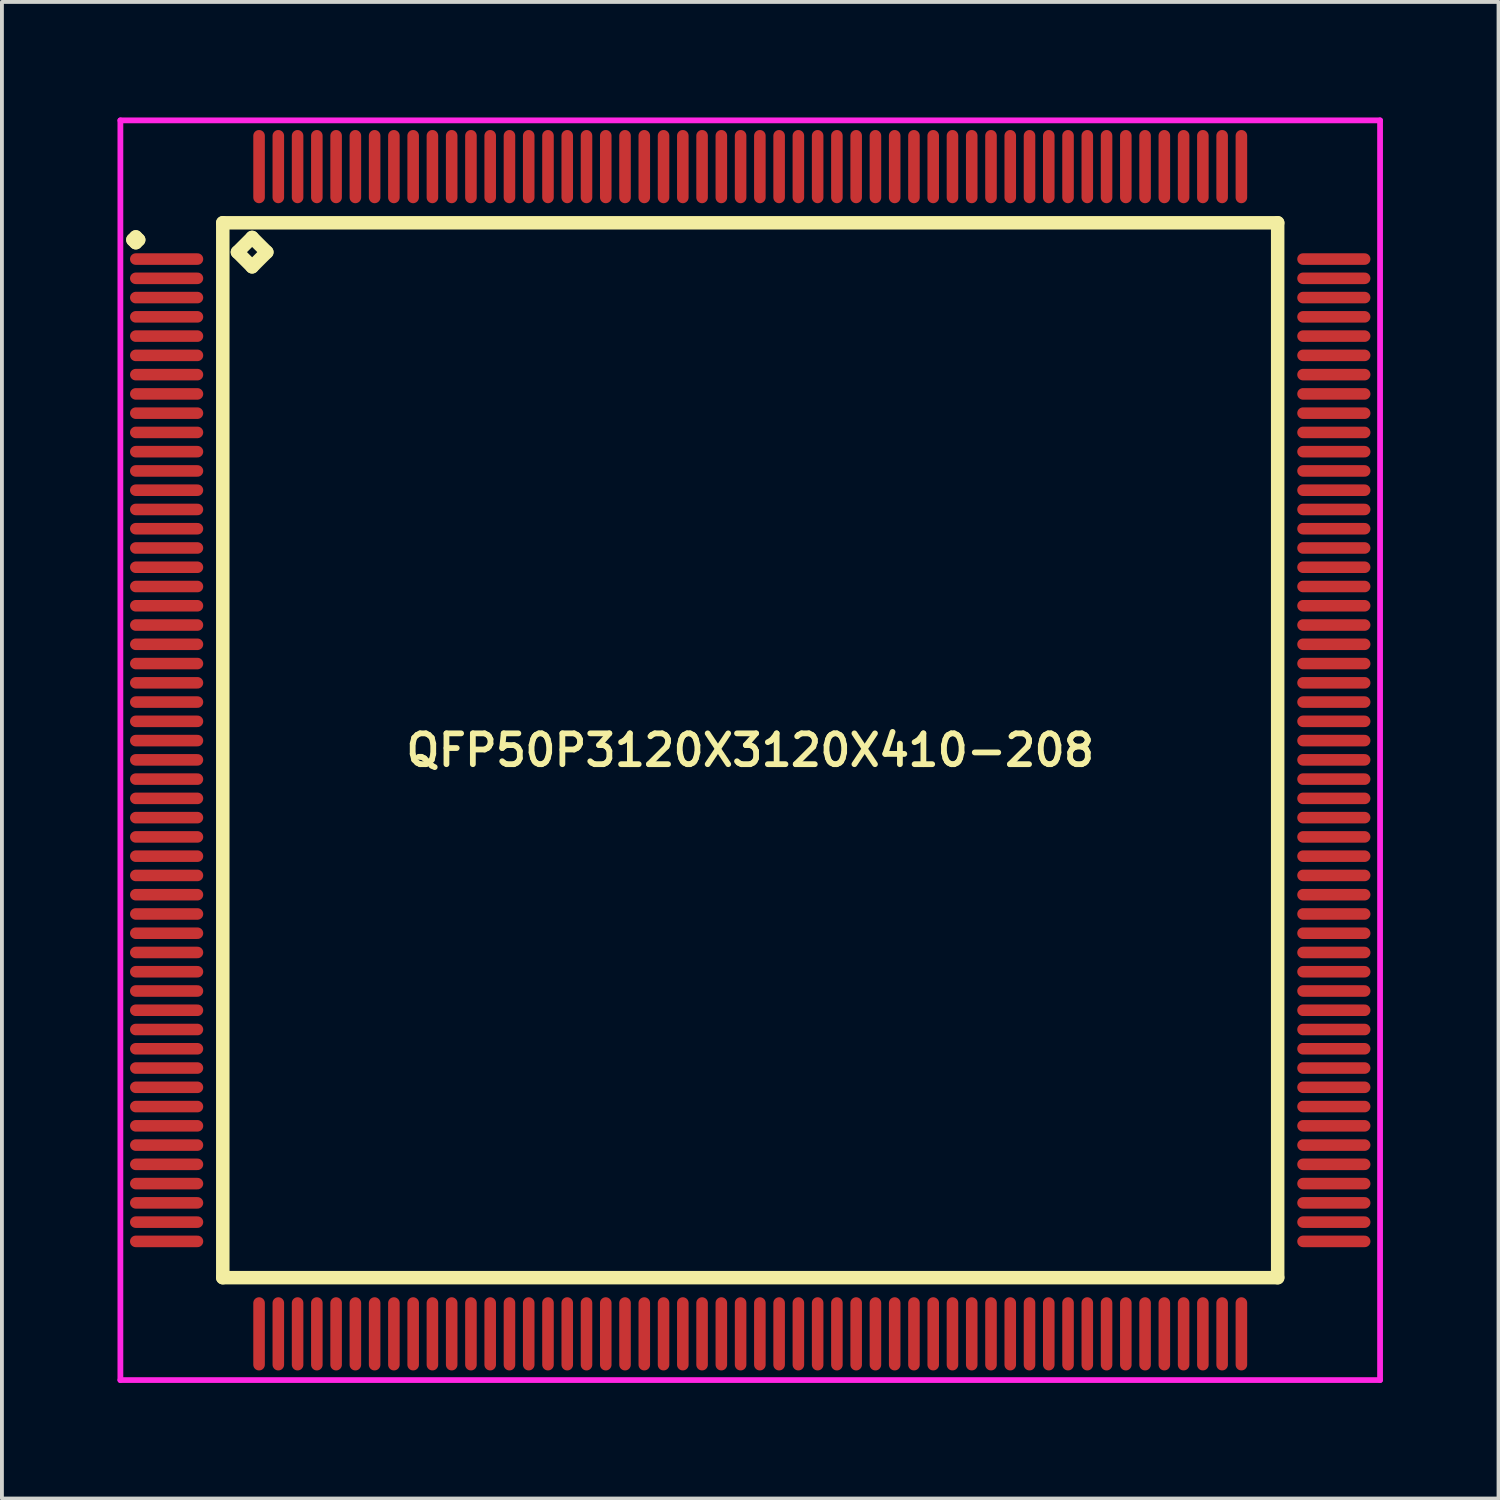
<source format=kicad_pcb>
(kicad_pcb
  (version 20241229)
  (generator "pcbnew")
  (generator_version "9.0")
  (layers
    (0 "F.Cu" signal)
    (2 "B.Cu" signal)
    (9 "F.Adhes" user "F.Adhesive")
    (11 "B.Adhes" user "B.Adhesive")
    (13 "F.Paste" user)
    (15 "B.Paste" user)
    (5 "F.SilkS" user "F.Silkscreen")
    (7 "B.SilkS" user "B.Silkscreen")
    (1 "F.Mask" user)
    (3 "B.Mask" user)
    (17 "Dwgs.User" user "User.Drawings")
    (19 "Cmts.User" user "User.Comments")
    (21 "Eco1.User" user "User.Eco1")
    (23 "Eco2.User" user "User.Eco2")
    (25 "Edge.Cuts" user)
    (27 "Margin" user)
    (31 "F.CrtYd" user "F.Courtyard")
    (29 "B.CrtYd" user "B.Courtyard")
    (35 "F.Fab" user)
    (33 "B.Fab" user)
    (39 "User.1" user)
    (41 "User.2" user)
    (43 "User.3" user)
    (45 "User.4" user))
  (footprint "QFP50P3120X3120X410-208"
    (layer "F.Cu")
    (at 16.425 16.425)
    (property "Reference" "QFP50P3120X3120X410-208" (at 0 0 0) (layer "F.SilkS") (effects (font (size 0.8 0.8) (thickness 0.15))))
    (attr through_hole)
    (fp_line (start -16.025 -13.25) (end -15.95 -13.325) (stroke (width 0.35) (type solid)) (layer "F.SilkS"))
    (fp_line (start -15.95 -13.325) (end -15.875 -13.25) (stroke (width 0.35) (type solid)) (layer "F.SilkS"))
    (fp_line (start -15.95 -13.175) (end -16.025 -13.25) (stroke (width 0.35) (type solid)) (layer "F.SilkS"))
    (fp_line (start -15.875 -13.25) (end -15.95 -13.175) (stroke (width 0.35) (type solid)) (layer "F.SilkS"))
    (fp_line (start -13.692 -13.692) (end -13.692 13.692) (stroke (width 0.35) (type solid)) (layer "F.SilkS"))
    (fp_line (start -13.692 13.692) (end 13.692 13.692) (stroke (width 0.35) (type solid)) (layer "F.SilkS"))
    (fp_line (start -13.311 -12.93) (end -12.93 -13.311) (stroke (width 0.35) (type solid)) (layer "F.SilkS"))
    (fp_line (start -12.93 -13.311) (end -12.549 -12.93) (stroke (width 0.35) (type solid)) (layer "F.SilkS"))
    (fp_line (start -12.93 -12.549) (end -13.311 -12.93) (stroke (width 0.35) (type solid)) (layer "F.SilkS"))
    (fp_line (start -12.549 -12.93) (end -12.93 -12.549) (stroke (width 0.35) (type solid)) (layer "F.SilkS"))
    (fp_line (start 13.692 -13.692) (end -13.692 -13.692) (stroke (width 0.35) (type solid)) (layer "F.SilkS"))
    (fp_line (start 13.692 13.692) (end 13.692 -13.692) (stroke (width 0.35) (type solid)) (layer "F.SilkS"))
    (fp_line (start -16.35 -16.35) (end 16.35 -16.35) (stroke (width 0.15) (type solid)) (layer "F.CrtYd"))
    (fp_line (start -16.35 16.35) (end -16.35 -16.35) (stroke (width 0.15) (type solid)) (layer "F.CrtYd"))
    (fp_line (start 16.35 -16.35) (end 16.35 16.35) (stroke (width 0.15) (type solid)) (layer "F.CrtYd"))
    (fp_line (start 16.35 16.35) (end -16.35 16.35) (stroke (width 0.15) (type solid)) (layer "F.CrtYd"))
    (pad "1" smd oval (at -15.15 -12.75) (size 1.9 0.3) (layers "F.Cu" "F.Mask" "F.Paste"))
    (pad "2" smd oval (at -15.15 -12.25) (size 1.9 0.3) (layers "F.Cu" "F.Mask" "F.Paste"))
    (pad "3" smd oval (at -15.15 -11.75) (size 1.9 0.3) (layers "F.Cu" "F.Mask" "F.Paste"))
    (pad "4" smd oval (at -15.15 -11.25) (size 1.9 0.3) (layers "F.Cu" "F.Mask" "F.Paste"))
    (pad "5" smd oval (at -15.15 -10.75) (size 1.9 0.3) (layers "F.Cu" "F.Mask" "F.Paste"))
    (pad "6" smd oval (at -15.15 -10.25) (size 1.9 0.3) (layers "F.Cu" "F.Mask" "F.Paste"))
    (pad "7" smd oval (at -15.15 -9.75) (size 1.9 0.3) (layers "F.Cu" "F.Mask" "F.Paste"))
    (pad "8" smd oval (at -15.15 -9.25) (size 1.9 0.3) (layers "F.Cu" "F.Mask" "F.Paste"))
    (pad "9" smd oval (at -15.15 -8.75) (size 1.9 0.3) (layers "F.Cu" "F.Mask" "F.Paste"))
    (pad "10" smd oval (at -15.15 -8.25) (size 1.9 0.3) (layers "F.Cu" "F.Mask" "F.Paste"))
    (pad "11" smd oval (at -15.15 -7.75) (size 1.9 0.3) (layers "F.Cu" "F.Mask" "F.Paste"))
    (pad "12" smd oval (at -15.15 -7.25) (size 1.9 0.3) (layers "F.Cu" "F.Mask" "F.Paste"))
    (pad "13" smd oval (at -15.15 -6.75) (size 1.9 0.3) (layers "F.Cu" "F.Mask" "F.Paste"))
    (pad "14" smd oval (at -15.15 -6.25) (size 1.9 0.3) (layers "F.Cu" "F.Mask" "F.Paste"))
    (pad "15" smd oval (at -15.15 -5.75) (size 1.9 0.3) (layers "F.Cu" "F.Mask" "F.Paste"))
    (pad "16" smd oval (at -15.15 -5.25) (size 1.9 0.3) (layers "F.Cu" "F.Mask" "F.Paste"))
    (pad "17" smd oval (at -15.15 -4.75) (size 1.9 0.3) (layers "F.Cu" "F.Mask" "F.Paste"))
    (pad "18" smd oval (at -15.15 -4.25) (size 1.9 0.3) (layers "F.Cu" "F.Mask" "F.Paste"))
    (pad "19" smd oval (at -15.15 -3.75) (size 1.9 0.3) (layers "F.Cu" "F.Mask" "F.Paste"))
    (pad "20" smd oval (at -15.15 -3.25) (size 1.9 0.3) (layers "F.Cu" "F.Mask" "F.Paste"))
    (pad "21" smd oval (at -15.15 -2.75) (size 1.9 0.3) (layers "F.Cu" "F.Mask" "F.Paste"))
    (pad "22" smd oval (at -15.15 -2.25) (size 1.9 0.3) (layers "F.Cu" "F.Mask" "F.Paste"))
    (pad "23" smd oval (at -15.15 -1.75) (size 1.9 0.3) (layers "F.Cu" "F.Mask" "F.Paste"))
    (pad "24" smd oval (at -15.15 -1.25) (size 1.9 0.3) (layers "F.Cu" "F.Mask" "F.Paste"))
    (pad "25" smd oval (at -15.15 -0.75) (size 1.9 0.3) (layers "F.Cu" "F.Mask" "F.Paste"))
    (pad "26" smd oval (at -15.15 -0.25) (size 1.9 0.3) (layers "F.Cu" "F.Mask" "F.Paste"))
    (pad "27" smd oval (at -15.15 0.25) (size 1.9 0.3) (layers "F.Cu" "F.Mask" "F.Paste"))
    (pad "28" smd oval (at -15.15 0.75) (size 1.9 0.3) (layers "F.Cu" "F.Mask" "F.Paste"))
    (pad "29" smd oval (at -15.15 1.25) (size 1.9 0.3) (layers "F.Cu" "F.Mask" "F.Paste"))
    (pad "30" smd oval (at -15.15 1.75) (size 1.9 0.3) (layers "F.Cu" "F.Mask" "F.Paste"))
    (pad "31" smd oval (at -15.15 2.25) (size 1.9 0.3) (layers "F.Cu" "F.Mask" "F.Paste"))
    (pad "32" smd oval (at -15.15 2.75) (size 1.9 0.3) (layers "F.Cu" "F.Mask" "F.Paste"))
    (pad "33" smd oval (at -15.15 3.25) (size 1.9 0.3) (layers "F.Cu" "F.Mask" "F.Paste"))
    (pad "34" smd oval (at -15.15 3.75) (size 1.9 0.3) (layers "F.Cu" "F.Mask" "F.Paste"))
    (pad "35" smd oval (at -15.15 4.25) (size 1.9 0.3) (layers "F.Cu" "F.Mask" "F.Paste"))
    (pad "36" smd oval (at -15.15 4.75) (size 1.9 0.3) (layers "F.Cu" "F.Mask" "F.Paste"))
    (pad "37" smd oval (at -15.15 5.25) (size 1.9 0.3) (layers "F.Cu" "F.Mask" "F.Paste"))
    (pad "38" smd oval (at -15.15 5.75) (size 1.9 0.3) (layers "F.Cu" "F.Mask" "F.Paste"))
    (pad "39" smd oval (at -15.15 6.25) (size 1.9 0.3) (layers "F.Cu" "F.Mask" "F.Paste"))
    (pad "40" smd oval (at -15.15 6.75) (size 1.9 0.3) (layers "F.Cu" "F.Mask" "F.Paste"))
    (pad "41" smd oval (at -15.15 7.25) (size 1.9 0.3) (layers "F.Cu" "F.Mask" "F.Paste"))
    (pad "42" smd oval (at -15.15 7.75) (size 1.9 0.3) (layers "F.Cu" "F.Mask" "F.Paste"))
    (pad "43" smd oval (at -15.15 8.25) (size 1.9 0.3) (layers "F.Cu" "F.Mask" "F.Paste"))
    (pad "44" smd oval (at -15.15 8.75) (size 1.9 0.3) (layers "F.Cu" "F.Mask" "F.Paste"))
    (pad "45" smd oval (at -15.15 9.25) (size 1.9 0.3) (layers "F.Cu" "F.Mask" "F.Paste"))
    (pad "46" smd oval (at -15.15 9.75) (size 1.9 0.3) (layers "F.Cu" "F.Mask" "F.Paste"))
    (pad "47" smd oval (at -15.15 10.25) (size 1.9 0.3) (layers "F.Cu" "F.Mask" "F.Paste"))
    (pad "48" smd oval (at -15.15 10.75) (size 1.9 0.3) (layers "F.Cu" "F.Mask" "F.Paste"))
    (pad "49" smd oval (at -15.15 11.25) (size 1.9 0.3) (layers "F.Cu" "F.Mask" "F.Paste"))
    (pad "50" smd oval (at -15.15 11.75) (size 1.9 0.3) (layers "F.Cu" "F.Mask" "F.Paste"))
    (pad "51" smd oval (at -15.15 12.25) (size 1.9 0.3) (layers "F.Cu" "F.Mask" "F.Paste"))
    (pad "52" smd oval (at -15.15 12.75) (size 1.9 0.3) (layers "F.Cu" "F.Mask" "F.Paste"))
    (pad "53" smd oval (at -12.75 15.15) (size 0.3 1.9) (layers "F.Cu" "F.Mask" "F.Paste"))
    (pad "54" smd oval (at -12.25 15.15) (size 0.3 1.9) (layers "F.Cu" "F.Mask" "F.Paste"))
    (pad "55" smd oval (at -11.75 15.15) (size 0.3 1.9) (layers "F.Cu" "F.Mask" "F.Paste"))
    (pad "56" smd oval (at -11.25 15.15) (size 0.3 1.9) (layers "F.Cu" "F.Mask" "F.Paste"))
    (pad "57" smd oval (at -10.75 15.15) (size 0.3 1.9) (layers "F.Cu" "F.Mask" "F.Paste"))
    (pad "58" smd oval (at -10.25 15.15) (size 0.3 1.9) (layers "F.Cu" "F.Mask" "F.Paste"))
    (pad "59" smd oval (at -9.75 15.15) (size 0.3 1.9) (layers "F.Cu" "F.Mask" "F.Paste"))
    (pad "60" smd oval (at -9.25 15.15) (size 0.3 1.9) (layers "F.Cu" "F.Mask" "F.Paste"))
    (pad "61" smd oval (at -8.75 15.15) (size 0.3 1.9) (layers "F.Cu" "F.Mask" "F.Paste"))
    (pad "62" smd oval (at -8.25 15.15) (size 0.3 1.9) (layers "F.Cu" "F.Mask" "F.Paste"))
    (pad "63" smd oval (at -7.75 15.15) (size 0.3 1.9) (layers "F.Cu" "F.Mask" "F.Paste"))
    (pad "64" smd oval (at -7.25 15.15) (size 0.3 1.9) (layers "F.Cu" "F.Mask" "F.Paste"))
    (pad "65" smd oval (at -6.75 15.15) (size 0.3 1.9) (layers "F.Cu" "F.Mask" "F.Paste"))
    (pad "66" smd oval (at -6.25 15.15) (size 0.3 1.9) (layers "F.Cu" "F.Mask" "F.Paste"))
    (pad "67" smd oval (at -5.75 15.15) (size 0.3 1.9) (layers "F.Cu" "F.Mask" "F.Paste"))
    (pad "68" smd oval (at -5.25 15.15) (size 0.3 1.9) (layers "F.Cu" "F.Mask" "F.Paste"))
    (pad "69" smd oval (at -4.75 15.15) (size 0.3 1.9) (layers "F.Cu" "F.Mask" "F.Paste"))
    (pad "70" smd oval (at -4.25 15.15) (size 0.3 1.9) (layers "F.Cu" "F.Mask" "F.Paste"))
    (pad "71" smd oval (at -3.75 15.15) (size 0.3 1.9) (layers "F.Cu" "F.Mask" "F.Paste"))
    (pad "72" smd oval (at -3.25 15.15) (size 0.3 1.9) (layers "F.Cu" "F.Mask" "F.Paste"))
    (pad "73" smd oval (at -2.75 15.15) (size 0.3 1.9) (layers "F.Cu" "F.Mask" "F.Paste"))
    (pad "74" smd oval (at -2.25 15.15) (size 0.3 1.9) (layers "F.Cu" "F.Mask" "F.Paste"))
    (pad "75" smd oval (at -1.75 15.15) (size 0.3 1.9) (layers "F.Cu" "F.Mask" "F.Paste"))
    (pad "76" smd oval (at -1.25 15.15) (size 0.3 1.9) (layers "F.Cu" "F.Mask" "F.Paste"))
    (pad "77" smd oval (at -0.75 15.15) (size 0.3 1.9) (layers "F.Cu" "F.Mask" "F.Paste"))
    (pad "78" smd oval (at -0.25 15.15) (size 0.3 1.9) (layers "F.Cu" "F.Mask" "F.Paste"))
    (pad "79" smd oval (at 0.25 15.15) (size 0.3 1.9) (layers "F.Cu" "F.Mask" "F.Paste"))
    (pad "80" smd oval (at 0.75 15.15) (size 0.3 1.9) (layers "F.Cu" "F.Mask" "F.Paste"))
    (pad "81" smd oval (at 1.25 15.15) (size 0.3 1.9) (layers "F.Cu" "F.Mask" "F.Paste"))
    (pad "82" smd oval (at 1.75 15.15) (size 0.3 1.9) (layers "F.Cu" "F.Mask" "F.Paste"))
    (pad "83" smd oval (at 2.25 15.15) (size 0.3 1.9) (layers "F.Cu" "F.Mask" "F.Paste"))
    (pad "84" smd oval (at 2.75 15.15) (size 0.3 1.9) (layers "F.Cu" "F.Mask" "F.Paste"))
    (pad "85" smd oval (at 3.25 15.15) (size 0.3 1.9) (layers "F.Cu" "F.Mask" "F.Paste"))
    (pad "86" smd oval (at 3.75 15.15) (size 0.3 1.9) (layers "F.Cu" "F.Mask" "F.Paste"))
    (pad "87" smd oval (at 4.25 15.15) (size 0.3 1.9) (layers "F.Cu" "F.Mask" "F.Paste"))
    (pad "88" smd oval (at 4.75 15.15) (size 0.3 1.9) (layers "F.Cu" "F.Mask" "F.Paste"))
    (pad "89" smd oval (at 5.25 15.15) (size 0.3 1.9) (layers "F.Cu" "F.Mask" "F.Paste"))
    (pad "90" smd oval (at 5.75 15.15) (size 0.3 1.9) (layers "F.Cu" "F.Mask" "F.Paste"))
    (pad "91" smd oval (at 6.25 15.15) (size 0.3 1.9) (layers "F.Cu" "F.Mask" "F.Paste"))
    (pad "92" smd oval (at 6.75 15.15) (size 0.3 1.9) (layers "F.Cu" "F.Mask" "F.Paste"))
    (pad "93" smd oval (at 7.25 15.15) (size 0.3 1.9) (layers "F.Cu" "F.Mask" "F.Paste"))
    (pad "94" smd oval (at 7.75 15.15) (size 0.3 1.9) (layers "F.Cu" "F.Mask" "F.Paste"))
    (pad "95" smd oval (at 8.25 15.15) (size 0.3 1.9) (layers "F.Cu" "F.Mask" "F.Paste"))
    (pad "96" smd oval (at 8.75 15.15) (size 0.3 1.9) (layers "F.Cu" "F.Mask" "F.Paste"))
    (pad "97" smd oval (at 9.25 15.15) (size 0.3 1.9) (layers "F.Cu" "F.Mask" "F.Paste"))
    (pad "98" smd oval (at 9.75 15.15) (size 0.3 1.9) (layers "F.Cu" "F.Mask" "F.Paste"))
    (pad "99" smd oval (at 10.25 15.15) (size 0.3 1.9) (layers "F.Cu" "F.Mask" "F.Paste"))
    (pad "100" smd oval (at 10.75 15.15) (size 0.3 1.9) (layers "F.Cu" "F.Mask" "F.Paste"))
    (pad "101" smd oval (at 11.25 15.15) (size 0.3 1.9) (layers "F.Cu" "F.Mask" "F.Paste"))
    (pad "102" smd oval (at 11.75 15.15) (size 0.3 1.9) (layers "F.Cu" "F.Mask" "F.Paste"))
    (pad "103" smd oval (at 12.25 15.15) (size 0.3 1.9) (layers "F.Cu" "F.Mask" "F.Paste"))
    (pad "104" smd oval (at 12.75 15.15) (size 0.3 1.9) (layers "F.Cu" "F.Mask" "F.Paste"))
    (pad "105" smd oval (at 15.15 12.75) (size 1.9 0.3) (layers "F.Cu" "F.Mask" "F.Paste"))
    (pad "106" smd oval (at 15.15 12.25) (size 1.9 0.3) (layers "F.Cu" "F.Mask" "F.Paste"))
    (pad "107" smd oval (at 15.15 11.75) (size 1.9 0.3) (layers "F.Cu" "F.Mask" "F.Paste"))
    (pad "108" smd oval (at 15.15 11.25) (size 1.9 0.3) (layers "F.Cu" "F.Mask" "F.Paste"))
    (pad "109" smd oval (at 15.15 10.75) (size 1.9 0.3) (layers "F.Cu" "F.Mask" "F.Paste"))
    (pad "110" smd oval (at 15.15 10.25) (size 1.9 0.3) (layers "F.Cu" "F.Mask" "F.Paste"))
    (pad "111" smd oval (at 15.15 9.75) (size 1.9 0.3) (layers "F.Cu" "F.Mask" "F.Paste"))
    (pad "112" smd oval (at 15.15 9.25) (size 1.9 0.3) (layers "F.Cu" "F.Mask" "F.Paste"))
    (pad "113" smd oval (at 15.15 8.75) (size 1.9 0.3) (layers "F.Cu" "F.Mask" "F.Paste"))
    (pad "114" smd oval (at 15.15 8.25) (size 1.9 0.3) (layers "F.Cu" "F.Mask" "F.Paste"))
    (pad "115" smd oval (at 15.15 7.75) (size 1.9 0.3) (layers "F.Cu" "F.Mask" "F.Paste"))
    (pad "116" smd oval (at 15.15 7.25) (size 1.9 0.3) (layers "F.Cu" "F.Mask" "F.Paste"))
    (pad "117" smd oval (at 15.15 6.75) (size 1.9 0.3) (layers "F.Cu" "F.Mask" "F.Paste"))
    (pad "118" smd oval (at 15.15 6.25) (size 1.9 0.3) (layers "F.Cu" "F.Mask" "F.Paste"))
    (pad "119" smd oval (at 15.15 5.75) (size 1.9 0.3) (layers "F.Cu" "F.Mask" "F.Paste"))
    (pad "120" smd oval (at 15.15 5.25) (size 1.9 0.3) (layers "F.Cu" "F.Mask" "F.Paste"))
    (pad "121" smd oval (at 15.15 4.75) (size 1.9 0.3) (layers "F.Cu" "F.Mask" "F.Paste"))
    (pad "122" smd oval (at 15.15 4.25) (size 1.9 0.3) (layers "F.Cu" "F.Mask" "F.Paste"))
    (pad "123" smd oval (at 15.15 3.75) (size 1.9 0.3) (layers "F.Cu" "F.Mask" "F.Paste"))
    (pad "124" smd oval (at 15.15 3.25) (size 1.9 0.3) (layers "F.Cu" "F.Mask" "F.Paste"))
    (pad "125" smd oval (at 15.15 2.75) (size 1.9 0.3) (layers "F.Cu" "F.Mask" "F.Paste"))
    (pad "126" smd oval (at 15.15 2.25) (size 1.9 0.3) (layers "F.Cu" "F.Mask" "F.Paste"))
    (pad "127" smd oval (at 15.15 1.75) (size 1.9 0.3) (layers "F.Cu" "F.Mask" "F.Paste"))
    (pad "128" smd oval (at 15.15 1.25) (size 1.9 0.3) (layers "F.Cu" "F.Mask" "F.Paste"))
    (pad "129" smd oval (at 15.15 0.75) (size 1.9 0.3) (layers "F.Cu" "F.Mask" "F.Paste"))
    (pad "130" smd oval (at 15.15 0.25) (size 1.9 0.3) (layers "F.Cu" "F.Mask" "F.Paste"))
    (pad "131" smd oval (at 15.15 -0.25) (size 1.9 0.3) (layers "F.Cu" "F.Mask" "F.Paste"))
    (pad "132" smd oval (at 15.15 -0.75) (size 1.9 0.3) (layers "F.Cu" "F.Mask" "F.Paste"))
    (pad "133" smd oval (at 15.15 -1.25) (size 1.9 0.3) (layers "F.Cu" "F.Mask" "F.Paste"))
    (pad "134" smd oval (at 15.15 -1.75) (size 1.9 0.3) (layers "F.Cu" "F.Mask" "F.Paste"))
    (pad "135" smd oval (at 15.15 -2.25) (size 1.9 0.3) (layers "F.Cu" "F.Mask" "F.Paste"))
    (pad "136" smd oval (at 15.15 -2.75) (size 1.9 0.3) (layers "F.Cu" "F.Mask" "F.Paste"))
    (pad "137" smd oval (at 15.15 -3.25) (size 1.9 0.3) (layers "F.Cu" "F.Mask" "F.Paste"))
    (pad "138" smd oval (at 15.15 -3.75) (size 1.9 0.3) (layers "F.Cu" "F.Mask" "F.Paste"))
    (pad "139" smd oval (at 15.15 -4.25) (size 1.9 0.3) (layers "F.Cu" "F.Mask" "F.Paste"))
    (pad "140" smd oval (at 15.15 -4.75) (size 1.9 0.3) (layers "F.Cu" "F.Mask" "F.Paste"))
    (pad "141" smd oval (at 15.15 -5.25) (size 1.9 0.3) (layers "F.Cu" "F.Mask" "F.Paste"))
    (pad "142" smd oval (at 15.15 -5.75) (size 1.9 0.3) (layers "F.Cu" "F.Mask" "F.Paste"))
    (pad "143" smd oval (at 15.15 -6.25) (size 1.9 0.3) (layers "F.Cu" "F.Mask" "F.Paste"))
    (pad "144" smd oval (at 15.15 -6.75) (size 1.9 0.3) (layers "F.Cu" "F.Mask" "F.Paste"))
    (pad "145" smd oval (at 15.15 -7.25) (size 1.9 0.3) (layers "F.Cu" "F.Mask" "F.Paste"))
    (pad "146" smd oval (at 15.15 -7.75) (size 1.9 0.3) (layers "F.Cu" "F.Mask" "F.Paste"))
    (pad "147" smd oval (at 15.15 -8.25) (size 1.9 0.3) (layers "F.Cu" "F.Mask" "F.Paste"))
    (pad "148" smd oval (at 15.15 -8.75) (size 1.9 0.3) (layers "F.Cu" "F.Mask" "F.Paste"))
    (pad "149" smd oval (at 15.15 -9.25) (size 1.9 0.3) (layers "F.Cu" "F.Mask" "F.Paste"))
    (pad "150" smd oval (at 15.15 -9.75) (size 1.9 0.3) (layers "F.Cu" "F.Mask" "F.Paste"))
    (pad "151" smd oval (at 15.15 -10.25) (size 1.9 0.3) (layers "F.Cu" "F.Mask" "F.Paste"))
    (pad "152" smd oval (at 15.15 -10.75) (size 1.9 0.3) (layers "F.Cu" "F.Mask" "F.Paste"))
    (pad "153" smd oval (at 15.15 -11.25) (size 1.9 0.3) (layers "F.Cu" "F.Mask" "F.Paste"))
    (pad "154" smd oval (at 15.15 -11.75) (size 1.9 0.3) (layers "F.Cu" "F.Mask" "F.Paste"))
    (pad "155" smd oval (at 15.15 -12.25) (size 1.9 0.3) (layers "F.Cu" "F.Mask" "F.Paste"))
    (pad "156" smd oval (at 15.15 -12.75) (size 1.9 0.3) (layers "F.Cu" "F.Mask" "F.Paste"))
    (pad "157" smd oval (at 12.75 -15.15) (size 0.3 1.9) (layers "F.Cu" "F.Mask" "F.Paste"))
    (pad "158" smd oval (at 12.25 -15.15) (size 0.3 1.9) (layers "F.Cu" "F.Mask" "F.Paste"))
    (pad "159" smd oval (at 11.75 -15.15) (size 0.3 1.9) (layers "F.Cu" "F.Mask" "F.Paste"))
    (pad "160" smd oval (at 11.25 -15.15) (size 0.3 1.9) (layers "F.Cu" "F.Mask" "F.Paste"))
    (pad "161" smd oval (at 10.75 -15.15) (size 0.3 1.9) (layers "F.Cu" "F.Mask" "F.Paste"))
    (pad "162" smd oval (at 10.25 -15.15) (size 0.3 1.9) (layers "F.Cu" "F.Mask" "F.Paste"))
    (pad "163" smd oval (at 9.75 -15.15) (size 0.3 1.9) (layers "F.Cu" "F.Mask" "F.Paste"))
    (pad "164" smd oval (at 9.25 -15.15) (size 0.3 1.9) (layers "F.Cu" "F.Mask" "F.Paste"))
    (pad "165" smd oval (at 8.75 -15.15) (size 0.3 1.9) (layers "F.Cu" "F.Mask" "F.Paste"))
    (pad "166" smd oval (at 8.25 -15.15) (size 0.3 1.9) (layers "F.Cu" "F.Mask" "F.Paste"))
    (pad "167" smd oval (at 7.75 -15.15) (size 0.3 1.9) (layers "F.Cu" "F.Mask" "F.Paste"))
    (pad "168" smd oval (at 7.25 -15.15) (size 0.3 1.9) (layers "F.Cu" "F.Mask" "F.Paste"))
    (pad "169" smd oval (at 6.75 -15.15) (size 0.3 1.9) (layers "F.Cu" "F.Mask" "F.Paste"))
    (pad "170" smd oval (at 6.25 -15.15) (size 0.3 1.9) (layers "F.Cu" "F.Mask" "F.Paste"))
    (pad "171" smd oval (at 5.75 -15.15) (size 0.3 1.9) (layers "F.Cu" "F.Mask" "F.Paste"))
    (pad "172" smd oval (at 5.25 -15.15) (size 0.3 1.9) (layers "F.Cu" "F.Mask" "F.Paste"))
    (pad "173" smd oval (at 4.75 -15.15) (size 0.3 1.9) (layers "F.Cu" "F.Mask" "F.Paste"))
    (pad "174" smd oval (at 4.25 -15.15) (size 0.3 1.9) (layers "F.Cu" "F.Mask" "F.Paste"))
    (pad "175" smd oval (at 3.75 -15.15) (size 0.3 1.9) (layers "F.Cu" "F.Mask" "F.Paste"))
    (pad "176" smd oval (at 3.25 -15.15) (size 0.3 1.9) (layers "F.Cu" "F.Mask" "F.Paste"))
    (pad "177" smd oval (at 2.75 -15.15) (size 0.3 1.9) (layers "F.Cu" "F.Mask" "F.Paste"))
    (pad "178" smd oval (at 2.25 -15.15) (size 0.3 1.9) (layers "F.Cu" "F.Mask" "F.Paste"))
    (pad "179" smd oval (at 1.75 -15.15) (size 0.3 1.9) (layers "F.Cu" "F.Mask" "F.Paste"))
    (pad "180" smd oval (at 1.25 -15.15) (size 0.3 1.9) (layers "F.Cu" "F.Mask" "F.Paste"))
    (pad "181" smd oval (at 0.75 -15.15) (size 0.3 1.9) (layers "F.Cu" "F.Mask" "F.Paste"))
    (pad "182" smd oval (at 0.25 -15.15) (size 0.3 1.9) (layers "F.Cu" "F.Mask" "F.Paste"))
    (pad "183" smd oval (at -0.25 -15.15) (size 0.3 1.9) (layers "F.Cu" "F.Mask" "F.Paste"))
    (pad "184" smd oval (at -0.75 -15.15) (size 0.3 1.9) (layers "F.Cu" "F.Mask" "F.Paste"))
    (pad "185" smd oval (at -1.25 -15.15) (size 0.3 1.9) (layers "F.Cu" "F.Mask" "F.Paste"))
    (pad "186" smd oval (at -1.75 -15.15) (size 0.3 1.9) (layers "F.Cu" "F.Mask" "F.Paste"))
    (pad "187" smd oval (at -2.25 -15.15) (size 0.3 1.9) (layers "F.Cu" "F.Mask" "F.Paste"))
    (pad "188" smd oval (at -2.75 -15.15) (size 0.3 1.9) (layers "F.Cu" "F.Mask" "F.Paste"))
    (pad "189" smd oval (at -3.25 -15.15) (size 0.3 1.9) (layers "F.Cu" "F.Mask" "F.Paste"))
    (pad "190" smd oval (at -3.75 -15.15) (size 0.3 1.9) (layers "F.Cu" "F.Mask" "F.Paste"))
    (pad "191" smd oval (at -4.25 -15.15) (size 0.3 1.9) (layers "F.Cu" "F.Mask" "F.Paste"))
    (pad "192" smd oval (at -4.75 -15.15) (size 0.3 1.9) (layers "F.Cu" "F.Mask" "F.Paste"))
    (pad "193" smd oval (at -5.25 -15.15) (size 0.3 1.9) (layers "F.Cu" "F.Mask" "F.Paste"))
    (pad "194" smd oval (at -5.75 -15.15) (size 0.3 1.9) (layers "F.Cu" "F.Mask" "F.Paste"))
    (pad "195" smd oval (at -6.25 -15.15) (size 0.3 1.9) (layers "F.Cu" "F.Mask" "F.Paste"))
    (pad "196" smd oval (at -6.75 -15.15) (size 0.3 1.9) (layers "F.Cu" "F.Mask" "F.Paste"))
    (pad "197" smd oval (at -7.25 -15.15) (size 0.3 1.9) (layers "F.Cu" "F.Mask" "F.Paste"))
    (pad "198" smd oval (at -7.75 -15.15) (size 0.3 1.9) (layers "F.Cu" "F.Mask" "F.Paste"))
    (pad "199" smd oval (at -8.25 -15.15) (size 0.3 1.9) (layers "F.Cu" "F.Mask" "F.Paste"))
    (pad "200" smd oval (at -8.75 -15.15) (size 0.3 1.9) (layers "F.Cu" "F.Mask" "F.Paste"))
    (pad "201" smd oval (at -9.25 -15.15) (size 0.3 1.9) (layers "F.Cu" "F.Mask" "F.Paste"))
    (pad "202" smd oval (at -9.75 -15.15) (size 0.3 1.9) (layers "F.Cu" "F.Mask" "F.Paste"))
    (pad "203" smd oval (at -10.25 -15.15) (size 0.3 1.9) (layers "F.Cu" "F.Mask" "F.Paste"))
    (pad "204" smd oval (at -10.75 -15.15) (size 0.3 1.9) (layers "F.Cu" "F.Mask" "F.Paste"))
    (pad "205" smd oval (at -11.25 -15.15) (size 0.3 1.9) (layers "F.Cu" "F.Mask" "F.Paste"))
    (pad "206" smd oval (at -11.75 -15.15) (size 0.3 1.9) (layers "F.Cu" "F.Mask" "F.Paste"))
    (pad "207" smd oval (at -12.25 -15.15) (size 0.3 1.9) (layers "F.Cu" "F.Mask" "F.Paste"))
    (pad "208" smd oval (at -12.75 -15.15) (size 0.3 1.9) (layers "F.Cu" "F.Mask" "F.Paste")))
  (gr_rect
    (start -3 -3)
    (end 35.85 35.85)
    (stroke (width 0.1) (type default))
    (fill no)
    (layer "Edge.Cuts")))
</source>
